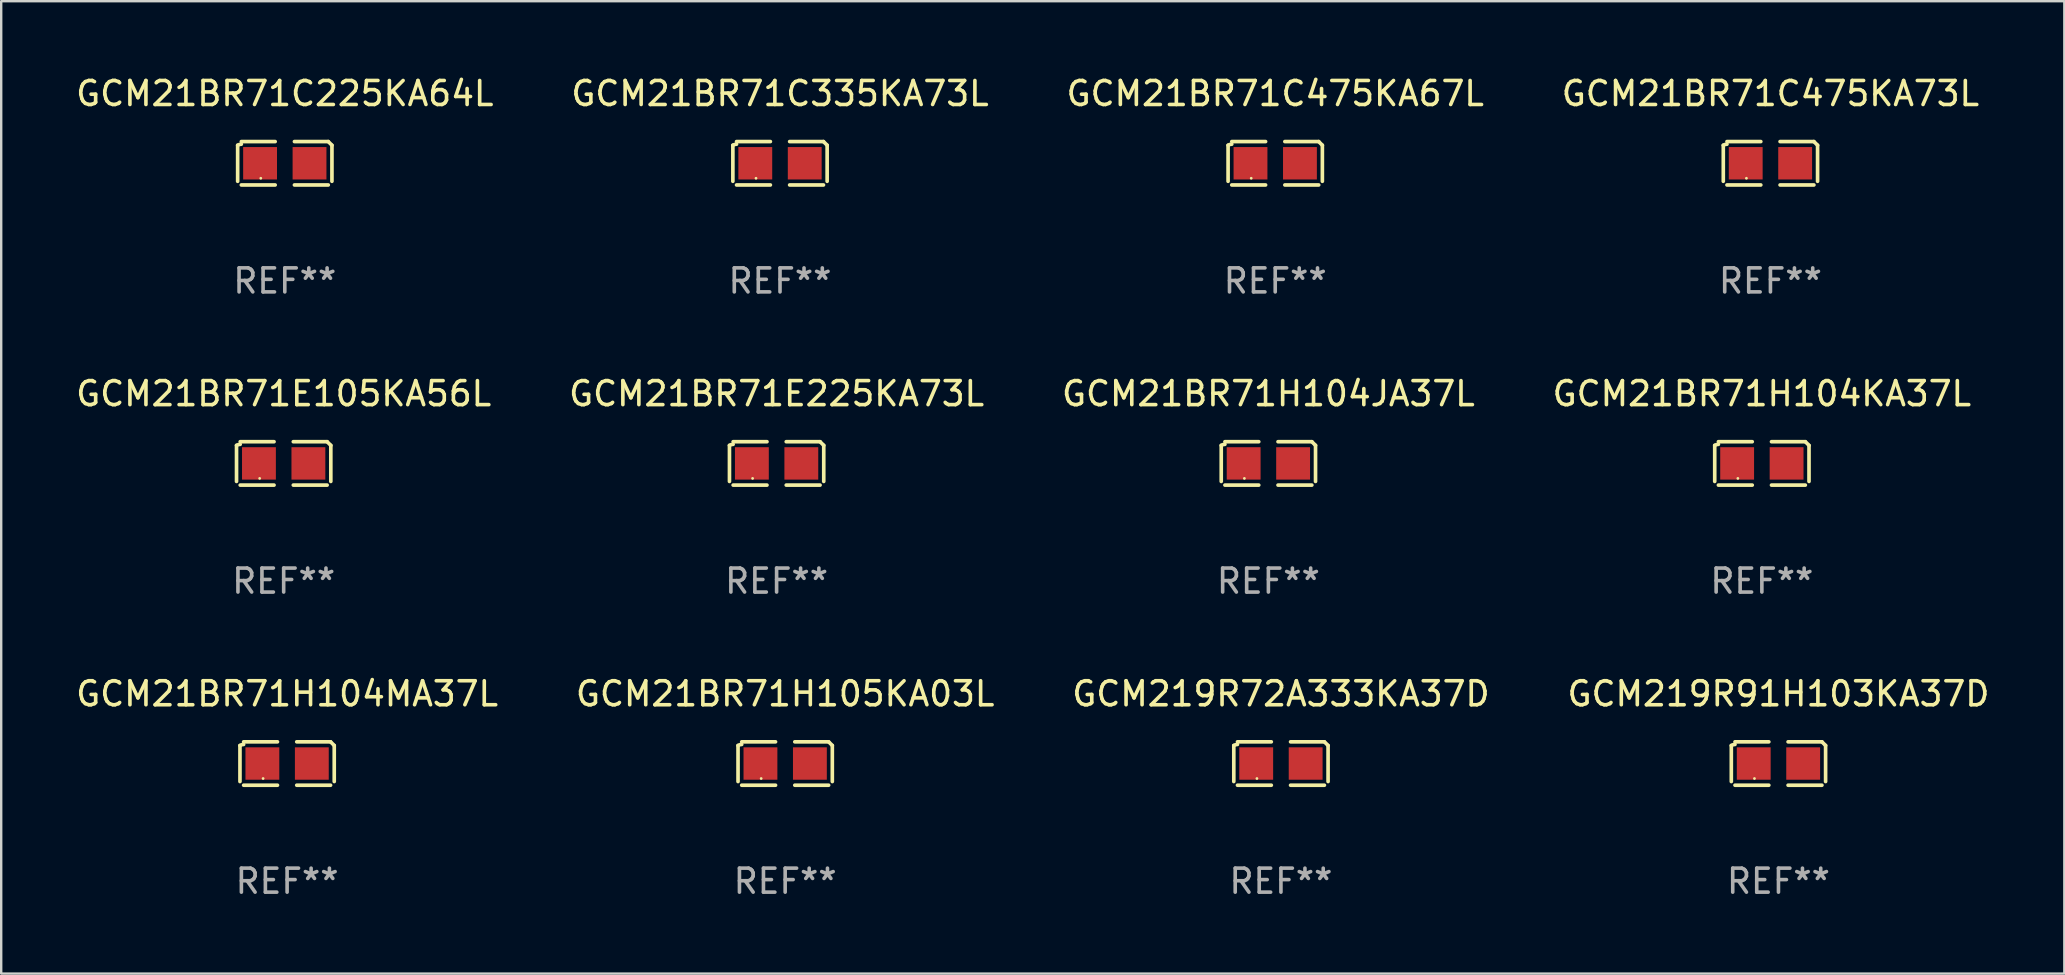
<source format=kicad_pcb>
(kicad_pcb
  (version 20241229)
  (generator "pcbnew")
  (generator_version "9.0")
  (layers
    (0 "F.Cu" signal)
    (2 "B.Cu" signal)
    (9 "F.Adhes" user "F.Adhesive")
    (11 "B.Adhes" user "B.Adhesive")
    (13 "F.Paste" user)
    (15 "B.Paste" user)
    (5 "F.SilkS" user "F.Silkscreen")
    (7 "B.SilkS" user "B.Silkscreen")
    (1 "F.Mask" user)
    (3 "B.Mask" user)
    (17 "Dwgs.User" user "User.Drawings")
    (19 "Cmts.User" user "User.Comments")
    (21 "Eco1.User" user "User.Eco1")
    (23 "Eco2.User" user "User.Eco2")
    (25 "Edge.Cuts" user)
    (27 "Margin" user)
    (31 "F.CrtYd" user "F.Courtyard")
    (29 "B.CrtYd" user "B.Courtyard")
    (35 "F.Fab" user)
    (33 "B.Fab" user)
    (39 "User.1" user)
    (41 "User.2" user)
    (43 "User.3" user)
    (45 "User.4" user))
  (footprint "GCM21BR71E105KA56L"
    (layer "F.Cu")
    (at 8.768 16.256)
    (property "Reference" "GCM21BR71E105KA56L" (at 0 -2.904 0) (layer "F.SilkS") (effects (font (size 1 1) (thickness 0.15))))
    (attr through_hole)
    (fp_line (start -1.964 0.751) (end -1.964 -0.751) (stroke (width 0.152) (type solid)) (layer "F.SilkS"))
    (fp_line (start -1.811 -0.904) (end -0.401 -0.904) (stroke (width 0.152) (type solid)) (layer "F.SilkS"))
    (fp_line (start -0.401 0.904) (end -1.811 0.904) (stroke (width 0.152) (type solid)) (layer "F.SilkS"))
    (fp_line (start 0.401 0.904) (end 1.811 0.904) (stroke (width 0.152) (type solid)) (layer "F.SilkS"))
    (fp_line (start 1.811 -0.904) (end 0.401 -0.904) (stroke (width 0.152) (type solid)) (layer "F.SilkS"))
    (fp_line (start 1.964 0.751) (end 1.964 -0.751) (stroke (width 0.152) (type solid)) (layer "F.SilkS"))
    (fp_arc (start -1.963602 -0.751207) (mid -1.890354 -0.783131) (end -1.811201 -0.794044) (stroke (width 0.1524) (type solid)) (layer "F.SilkS"))
    (fp_arc (start 1.811202 -0.903607) (mid 1.887413 -0.827418) (end 1.963602 -0.751207) (stroke (width 0.1524) (type solid)) (layer "F.SilkS"))
    (fp_circle (center -1 0.625) (end -0.97 0.625) (stroke (width 0.06) (type solid)) (fill no) (layer "F.SilkS"))
    (fp_text user "REF**" (at 0 4.904 0) (layer "F.Fab") (effects (font (size 1 1) (thickness 0.15))))
    (pad "1" smd rect (at -1.03 0) (size 1.41 1.35) (layers "F.Cu" "F.Mask" "F.Paste"))
    (pad "2" smd rect (at 1.03 0) (size 1.41 1.35) (layers "F.Cu" "F.Mask" "F.Paste")))
  (footprint "GCM219R91H103KA37D"
    (layer "F.Cu")
    (at 71.042 28.759)
    (property "Reference" "GCM219R91H103KA37D" (at 0 -2.904 0) (layer "F.SilkS") (effects (font (size 1 1) (thickness 0.15))))
    (attr through_hole)
    (fp_line (start -1.964 0.751) (end -1.964 -0.751) (stroke (width 0.152) (type solid)) (layer "F.SilkS"))
    (fp_line (start -1.811 -0.904) (end -0.401 -0.904) (stroke (width 0.152) (type solid)) (layer "F.SilkS"))
    (fp_line (start -0.401 0.904) (end -1.811 0.904) (stroke (width 0.152) (type solid)) (layer "F.SilkS"))
    (fp_line (start 0.401 0.904) (end 1.811 0.904) (stroke (width 0.152) (type solid)) (layer "F.SilkS"))
    (fp_line (start 1.811 -0.904) (end 0.401 -0.904) (stroke (width 0.152) (type solid)) (layer "F.SilkS"))
    (fp_line (start 1.964 0.751) (end 1.964 -0.751) (stroke (width 0.152) (type solid)) (layer "F.SilkS"))
    (fp_arc (start -1.963602 -0.751207) (mid -1.890354 -0.783131) (end -1.811201 -0.794044) (stroke (width 0.1524) (type solid)) (layer "F.SilkS"))
    (fp_arc (start 1.811202 -0.903607) (mid 1.887413 -0.827418) (end 1.963602 -0.751207) (stroke (width 0.1524) (type solid)) (layer "F.SilkS"))
    (fp_circle (center -1 0.625) (end -0.97 0.625) (stroke (width 0.06) (type solid)) (fill no) (layer "F.SilkS"))
    (fp_text user "REF**" (at 0 4.904 0) (layer "F.Fab") (effects (font (size 1 1) (thickness 0.15))))
    (pad "1" smd rect (at -1.03 0) (size 1.41 1.35) (layers "F.Cu" "F.Mask" "F.Paste"))
    (pad "2" smd rect (at 1.03 0) (size 1.41 1.35) (layers "F.Cu" "F.Mask" "F.Paste")))
  (footprint "GCM21BR71C225KA64L"
    (layer "F.Cu")
    (at 8.815 3.752)
    (property "Reference" "GCM21BR71C225KA64L" (at 0 -2.904 0) (layer "F.SilkS") (effects (font (size 1 1) (thickness 0.15))))
    (attr through_hole)
    (fp_line (start -1.964 0.751) (end -1.964 -0.751) (stroke (width 0.152) (type solid)) (layer "F.SilkS"))
    (fp_line (start -1.811 -0.904) (end -0.401 -0.904) (stroke (width 0.152) (type solid)) (layer "F.SilkS"))
    (fp_line (start -0.401 0.904) (end -1.811 0.904) (stroke (width 0.152) (type solid)) (layer "F.SilkS"))
    (fp_line (start 0.401 0.904) (end 1.811 0.904) (stroke (width 0.152) (type solid)) (layer "F.SilkS"))
    (fp_line (start 1.811 -0.904) (end 0.401 -0.904) (stroke (width 0.152) (type solid)) (layer "F.SilkS"))
    (fp_line (start 1.964 0.751) (end 1.964 -0.751) (stroke (width 0.152) (type solid)) (layer "F.SilkS"))
    (fp_arc (start -1.963602 -0.751207) (mid -1.890354 -0.783131) (end -1.811201 -0.794044) (stroke (width 0.1524) (type solid)) (layer "F.SilkS"))
    (fp_arc (start 1.811202 -0.903607) (mid 1.887413 -0.827418) (end 1.963602 -0.751207) (stroke (width 0.1524) (type solid)) (layer "F.SilkS"))
    (fp_circle (center -1 0.625) (end -0.97 0.625) (stroke (width 0.06) (type solid)) (fill no) (layer "F.SilkS"))
    (fp_text user "REF**" (at 0 4.904 0) (layer "F.Fab") (effects (font (size 1 1) (thickness 0.15))))
    (pad "1" smd rect (at -1.03 0) (size 1.41 1.35) (layers "F.Cu" "F.Mask" "F.Paste"))
    (pad "2" smd rect (at 1.03 0) (size 1.41 1.35) (layers "F.Cu" "F.Mask" "F.Paste")))
  (footprint "GCM21BR71H104KA37L"
    (layer "F.Cu")
    (at 70.351 16.256)
    (property "Reference" "GCM21BR71H104KA37L" (at 0 -2.904 0) (layer "F.SilkS") (effects (font (size 1 1) (thickness 0.15))))
    (attr through_hole)
    (fp_line (start -1.964 0.751) (end -1.964 -0.751) (stroke (width 0.152) (type solid)) (layer "F.SilkS"))
    (fp_line (start -1.811 -0.904) (end -0.401 -0.904) (stroke (width 0.152) (type solid)) (layer "F.SilkS"))
    (fp_line (start -0.401 0.904) (end -1.811 0.904) (stroke (width 0.152) (type solid)) (layer "F.SilkS"))
    (fp_line (start 0.401 0.904) (end 1.811 0.904) (stroke (width 0.152) (type solid)) (layer "F.SilkS"))
    (fp_line (start 1.811 -0.904) (end 0.401 -0.904) (stroke (width 0.152) (type solid)) (layer "F.SilkS"))
    (fp_line (start 1.964 0.751) (end 1.964 -0.751) (stroke (width 0.152) (type solid)) (layer "F.SilkS"))
    (fp_arc (start -1.963602 -0.751207) (mid -1.890354 -0.783131) (end -1.811201 -0.794044) (stroke (width 0.1524) (type solid)) (layer "F.SilkS"))
    (fp_arc (start 1.811202 -0.903607) (mid 1.887413 -0.827418) (end 1.963602 -0.751207) (stroke (width 0.1524) (type solid)) (layer "F.SilkS"))
    (fp_circle (center -1 0.625) (end -0.97 0.625) (stroke (width 0.06) (type solid)) (fill no) (layer "F.SilkS"))
    (fp_text user "REF**" (at 0 4.904 0) (layer "F.Fab") (effects (font (size 1 1) (thickness 0.15))))
    (pad "1" smd rect (at -1.03 0) (size 1.41 1.35) (layers "F.Cu" "F.Mask" "F.Paste"))
    (pad "2" smd rect (at 1.03 0) (size 1.41 1.35) (layers "F.Cu" "F.Mask" "F.Paste")))
  (footprint "GCM21BR71C335KA73L"
    (layer "F.Cu")
    (at 29.446 3.752)
    (property "Reference" "GCM21BR71C335KA73L" (at 0 -2.904 0) (layer "F.SilkS") (effects (font (size 1 1) (thickness 0.15))))
    (attr through_hole)
    (fp_line (start -1.964 0.751) (end -1.964 -0.751) (stroke (width 0.152) (type solid)) (layer "F.SilkS"))
    (fp_line (start -1.811 -0.904) (end -0.401 -0.904) (stroke (width 0.152) (type solid)) (layer "F.SilkS"))
    (fp_line (start -0.401 0.904) (end -1.811 0.904) (stroke (width 0.152) (type solid)) (layer "F.SilkS"))
    (fp_line (start 0.401 0.904) (end 1.811 0.904) (stroke (width 0.152) (type solid)) (layer "F.SilkS"))
    (fp_line (start 1.811 -0.904) (end 0.401 -0.904) (stroke (width 0.152) (type solid)) (layer "F.SilkS"))
    (fp_line (start 1.964 0.751) (end 1.964 -0.751) (stroke (width 0.152) (type solid)) (layer "F.SilkS"))
    (fp_arc (start -1.963602 -0.751207) (mid -1.890354 -0.783131) (end -1.811201 -0.794044) (stroke (width 0.1524) (type solid)) (layer "F.SilkS"))
    (fp_arc (start 1.811202 -0.903607) (mid 1.887413 -0.827418) (end 1.963602 -0.751207) (stroke (width 0.1524) (type solid)) (layer "F.SilkS"))
    (fp_circle (center -1 0.625) (end -0.97 0.625) (stroke (width 0.06) (type solid)) (fill no) (layer "F.SilkS"))
    (fp_text user "REF**" (at 0 4.904 0) (layer "F.Fab") (effects (font (size 1 1) (thickness 0.15))))
    (pad "1" smd rect (at -1.03 0) (size 1.41 1.35) (layers "F.Cu" "F.Mask" "F.Paste"))
    (pad "2" smd rect (at 1.03 0) (size 1.41 1.35) (layers "F.Cu" "F.Mask" "F.Paste")))
  (footprint "GCM219R72A333KA37D"
    (layer "F.Cu")
    (at 50.315 28.759)
    (property "Reference" "GCM219R72A333KA37D" (at 0 -2.904 0) (layer "F.SilkS") (effects (font (size 1 1) (thickness 0.15))))
    (attr through_hole)
    (fp_line (start -1.964 0.751) (end -1.964 -0.751) (stroke (width 0.152) (type solid)) (layer "F.SilkS"))
    (fp_line (start -1.811 -0.904) (end -0.401 -0.904) (stroke (width 0.152) (type solid)) (layer "F.SilkS"))
    (fp_line (start -0.401 0.904) (end -1.811 0.904) (stroke (width 0.152) (type solid)) (layer "F.SilkS"))
    (fp_line (start 0.401 0.904) (end 1.811 0.904) (stroke (width 0.152) (type solid)) (layer "F.SilkS"))
    (fp_line (start 1.811 -0.904) (end 0.401 -0.904) (stroke (width 0.152) (type solid)) (layer "F.SilkS"))
    (fp_line (start 1.964 0.751) (end 1.964 -0.751) (stroke (width 0.152) (type solid)) (layer "F.SilkS"))
    (fp_arc (start -1.963602 -0.751207) (mid -1.890354 -0.783131) (end -1.811201 -0.794044) (stroke (width 0.1524) (type solid)) (layer "F.SilkS"))
    (fp_arc (start 1.811202 -0.903607) (mid 1.887413 -0.827418) (end 1.963602 -0.751207) (stroke (width 0.1524) (type solid)) (layer "F.SilkS"))
    (fp_circle (center -1 0.625) (end -0.97 0.625) (stroke (width 0.06) (type solid)) (fill no) (layer "F.SilkS"))
    (fp_text user "REF**" (at 0 4.904 0) (layer "F.Fab") (effects (font (size 1 1) (thickness 0.15))))
    (pad "1" smd rect (at -1.03 0) (size 1.41 1.35) (layers "F.Cu" "F.Mask" "F.Paste"))
    (pad "2" smd rect (at 1.03 0) (size 1.41 1.35) (layers "F.Cu" "F.Mask" "F.Paste")))
  (footprint "GCM21BR71H104MA37L"
    (layer "F.Cu")
    (at 8.911 28.759)
    (property "Reference" "GCM21BR71H104MA37L" (at 0 -2.904 0) (layer "F.SilkS") (effects (font (size 1 1) (thickness 0.15))))
    (attr through_hole)
    (fp_line (start -1.964 0.751) (end -1.964 -0.751) (stroke (width 0.152) (type solid)) (layer "F.SilkS"))
    (fp_line (start -1.811 -0.904) (end -0.401 -0.904) (stroke (width 0.152) (type solid)) (layer "F.SilkS"))
    (fp_line (start -0.401 0.904) (end -1.811 0.904) (stroke (width 0.152) (type solid)) (layer "F.SilkS"))
    (fp_line (start 0.401 0.904) (end 1.811 0.904) (stroke (width 0.152) (type solid)) (layer "F.SilkS"))
    (fp_line (start 1.811 -0.904) (end 0.401 -0.904) (stroke (width 0.152) (type solid)) (layer "F.SilkS"))
    (fp_line (start 1.964 0.751) (end 1.964 -0.751) (stroke (width 0.152) (type solid)) (layer "F.SilkS"))
    (fp_arc (start -1.963602 -0.751207) (mid -1.890354 -0.783131) (end -1.811201 -0.794044) (stroke (width 0.1524) (type solid)) (layer "F.SilkS"))
    (fp_arc (start 1.811202 -0.903607) (mid 1.887413 -0.827418) (end 1.963602 -0.751207) (stroke (width 0.1524) (type solid)) (layer "F.SilkS"))
    (fp_circle (center -1 0.625) (end -0.97 0.625) (stroke (width 0.06) (type solid)) (fill no) (layer "F.SilkS"))
    (fp_text user "REF**" (at 0 4.904 0) (layer "F.Fab") (effects (font (size 1 1) (thickness 0.15))))
    (pad "1" smd rect (at -1.03 0) (size 1.41 1.35) (layers "F.Cu" "F.Mask" "F.Paste"))
    (pad "2" smd rect (at 1.03 0) (size 1.41 1.35) (layers "F.Cu" "F.Mask" "F.Paste")))
  (footprint "GCM21BR71E225KA73L"
    (layer "F.Cu")
    (at 29.304 16.256)
    (property "Reference" "GCM21BR71E225KA73L" (at 0 -2.904 0) (layer "F.SilkS") (effects (font (size 1 1) (thickness 0.15))))
    (attr through_hole)
    (fp_line (start -1.964 0.751) (end -1.964 -0.751) (stroke (width 0.152) (type solid)) (layer "F.SilkS"))
    (fp_line (start -1.811 -0.904) (end -0.401 -0.904) (stroke (width 0.152) (type solid)) (layer "F.SilkS"))
    (fp_line (start -0.401 0.904) (end -1.811 0.904) (stroke (width 0.152) (type solid)) (layer "F.SilkS"))
    (fp_line (start 0.401 0.904) (end 1.811 0.904) (stroke (width 0.152) (type solid)) (layer "F.SilkS"))
    (fp_line (start 1.811 -0.904) (end 0.401 -0.904) (stroke (width 0.152) (type solid)) (layer "F.SilkS"))
    (fp_line (start 1.964 0.751) (end 1.964 -0.751) (stroke (width 0.152) (type solid)) (layer "F.SilkS"))
    (fp_arc (start -1.963602 -0.751207) (mid -1.890354 -0.783131) (end -1.811201 -0.794044) (stroke (width 0.1524) (type solid)) (layer "F.SilkS"))
    (fp_arc (start 1.811202 -0.903607) (mid 1.887413 -0.827418) (end 1.963602 -0.751207) (stroke (width 0.1524) (type solid)) (layer "F.SilkS"))
    (fp_circle (center -1 0.625) (end -0.97 0.625) (stroke (width 0.06) (type solid)) (fill no) (layer "F.SilkS"))
    (fp_text user "REF**" (at 0 4.904 0) (layer "F.Fab") (effects (font (size 1 1) (thickness 0.15))))
    (pad "1" smd rect (at -1.03 0) (size 1.41 1.35) (layers "F.Cu" "F.Mask" "F.Paste"))
    (pad "2" smd rect (at 1.03 0) (size 1.41 1.35) (layers "F.Cu" "F.Mask" "F.Paste")))
  (footprint "GCM21BR71H104JA37L"
    (layer "F.Cu")
    (at 49.792 16.256)
    (property "Reference" "GCM21BR71H104JA37L" (at 0 -2.904 0) (layer "F.SilkS") (effects (font (size 1 1) (thickness 0.15))))
    (attr through_hole)
    (fp_line (start -1.964 0.751) (end -1.964 -0.751) (stroke (width 0.152) (type solid)) (layer "F.SilkS"))
    (fp_line (start -1.811 -0.904) (end -0.401 -0.904) (stroke (width 0.152) (type solid)) (layer "F.SilkS"))
    (fp_line (start -0.401 0.904) (end -1.811 0.904) (stroke (width 0.152) (type solid)) (layer "F.SilkS"))
    (fp_line (start 0.401 0.904) (end 1.811 0.904) (stroke (width 0.152) (type solid)) (layer "F.SilkS"))
    (fp_line (start 1.811 -0.904) (end 0.401 -0.904) (stroke (width 0.152) (type solid)) (layer "F.SilkS"))
    (fp_line (start 1.964 0.751) (end 1.964 -0.751) (stroke (width 0.152) (type solid)) (layer "F.SilkS"))
    (fp_arc (start -1.963602 -0.751207) (mid -1.890354 -0.783131) (end -1.811201 -0.794044) (stroke (width 0.1524) (type solid)) (layer "F.SilkS"))
    (fp_arc (start 1.811202 -0.903607) (mid 1.887413 -0.827418) (end 1.963602 -0.751207) (stroke (width 0.1524) (type solid)) (layer "F.SilkS"))
    (fp_circle (center -1 0.625) (end -0.97 0.625) (stroke (width 0.06) (type solid)) (fill no) (layer "F.SilkS"))
    (fp_text user "REF**" (at 0 4.904 0) (layer "F.Fab") (effects (font (size 1 1) (thickness 0.15))))
    (pad "1" smd rect (at -1.03 0) (size 1.41 1.35) (layers "F.Cu" "F.Mask" "F.Paste"))
    (pad "2" smd rect (at 1.03 0) (size 1.41 1.35) (layers "F.Cu" "F.Mask" "F.Paste")))
  (footprint "GCM21BR71H105KA03L"
    (layer "F.Cu")
    (at 29.661 28.759)
    (property "Reference" "GCM21BR71H105KA03L" (at 0 -2.904 0) (layer "F.SilkS") (effects (font (size 1 1) (thickness 0.15))))
    (attr through_hole)
    (fp_line (start -1.964 0.751) (end -1.964 -0.751) (stroke (width 0.152) (type solid)) (layer "F.SilkS"))
    (fp_line (start -1.811 -0.904) (end -0.401 -0.904) (stroke (width 0.152) (type solid)) (layer "F.SilkS"))
    (fp_line (start -0.401 0.904) (end -1.811 0.904) (stroke (width 0.152) (type solid)) (layer "F.SilkS"))
    (fp_line (start 0.401 0.904) (end 1.811 0.904) (stroke (width 0.152) (type solid)) (layer "F.SilkS"))
    (fp_line (start 1.811 -0.904) (end 0.401 -0.904) (stroke (width 0.152) (type solid)) (layer "F.SilkS"))
    (fp_line (start 1.964 0.751) (end 1.964 -0.751) (stroke (width 0.152) (type solid)) (layer "F.SilkS"))
    (fp_arc (start -1.963602 -0.751207) (mid -1.890354 -0.783131) (end -1.811201 -0.794044) (stroke (width 0.1524) (type solid)) (layer "F.SilkS"))
    (fp_arc (start 1.811202 -0.903607) (mid 1.887413 -0.827418) (end 1.963602 -0.751207) (stroke (width 0.1524) (type solid)) (layer "F.SilkS"))
    (fp_circle (center -1 0.625) (end -0.97 0.625) (stroke (width 0.06) (type solid)) (fill no) (layer "F.SilkS"))
    (fp_text user "REF**" (at 0 4.904 0) (layer "F.Fab") (effects (font (size 1 1) (thickness 0.15))))
    (pad "1" smd rect (at -1.03 0) (size 1.41 1.35) (layers "F.Cu" "F.Mask" "F.Paste"))
    (pad "2" smd rect (at 1.03 0) (size 1.41 1.35) (layers "F.Cu" "F.Mask" "F.Paste")))
  (footprint "GCM21BR71C475KA67L"
    (layer "F.Cu")
    (at 50.077 3.752)
    (property "Reference" "GCM21BR71C475KA67L" (at 0 -2.904 0) (layer "F.SilkS") (effects (font (size 1 1) (thickness 0.15))))
    (attr through_hole)
    (fp_line (start -1.964 0.751) (end -1.964 -0.751) (stroke (width 0.152) (type solid)) (layer "F.SilkS"))
    (fp_line (start -1.811 -0.904) (end -0.401 -0.904) (stroke (width 0.152) (type solid)) (layer "F.SilkS"))
    (fp_line (start -0.401 0.904) (end -1.811 0.904) (stroke (width 0.152) (type solid)) (layer "F.SilkS"))
    (fp_line (start 0.401 0.904) (end 1.811 0.904) (stroke (width 0.152) (type solid)) (layer "F.SilkS"))
    (fp_line (start 1.811 -0.904) (end 0.401 -0.904) (stroke (width 0.152) (type solid)) (layer "F.SilkS"))
    (fp_line (start 1.964 0.751) (end 1.964 -0.751) (stroke (width 0.152) (type solid)) (layer "F.SilkS"))
    (fp_arc (start -1.963602 -0.751207) (mid -1.890354 -0.783131) (end -1.811201 -0.794044) (stroke (width 0.1524) (type solid)) (layer "F.SilkS"))
    (fp_arc (start 1.811202 -0.903607) (mid 1.887413 -0.827418) (end 1.963602 -0.751207) (stroke (width 0.1524) (type solid)) (layer "F.SilkS"))
    (fp_circle (center -1 0.625) (end -0.97 0.625) (stroke (width 0.06) (type solid)) (fill no) (layer "F.SilkS"))
    (fp_text user "REF**" (at 0 4.904 0) (layer "F.Fab") (effects (font (size 1 1) (thickness 0.15))))
    (pad "1" smd rect (at -1.03 0) (size 1.41 1.35) (layers "F.Cu" "F.Mask" "F.Paste"))
    (pad "2" smd rect (at 1.03 0) (size 1.41 1.35) (layers "F.Cu" "F.Mask" "F.Paste")))
  (footprint "GCM21BR71C475KA73L"
    (layer "F.Cu")
    (at 70.708 3.752)
    (property "Reference" "GCM21BR71C475KA73L" (at 0 -2.904 0) (layer "F.SilkS") (effects (font (size 1 1) (thickness 0.15))))
    (attr through_hole)
    (fp_line (start -1.964 0.751) (end -1.964 -0.751) (stroke (width 0.152) (type solid)) (layer "F.SilkS"))
    (fp_line (start -1.811 -0.904) (end -0.401 -0.904) (stroke (width 0.152) (type solid)) (layer "F.SilkS"))
    (fp_line (start -0.401 0.904) (end -1.811 0.904) (stroke (width 0.152) (type solid)) (layer "F.SilkS"))
    (fp_line (start 0.401 0.904) (end 1.811 0.904) (stroke (width 0.152) (type solid)) (layer "F.SilkS"))
    (fp_line (start 1.811 -0.904) (end 0.401 -0.904) (stroke (width 0.152) (type solid)) (layer "F.SilkS"))
    (fp_line (start 1.964 0.751) (end 1.964 -0.751) (stroke (width 0.152) (type solid)) (layer "F.SilkS"))
    (fp_arc (start -1.963602 -0.751207) (mid -1.890354 -0.783131) (end -1.811201 -0.794044) (stroke (width 0.1524) (type solid)) (layer "F.SilkS"))
    (fp_arc (start 1.811202 -0.903607) (mid 1.887413 -0.827418) (end 1.963602 -0.751207) (stroke (width 0.1524) (type solid)) (layer "F.SilkS"))
    (fp_circle (center -1 0.625) (end -0.97 0.625) (stroke (width 0.06) (type solid)) (fill no) (layer "F.SilkS"))
    (fp_text user "REF**" (at 0 4.904 0) (layer "F.Fab") (effects (font (size 1 1) (thickness 0.15))))
    (pad "1" smd rect (at -1.03 0) (size 1.41 1.35) (layers "F.Cu" "F.Mask" "F.Paste"))
    (pad "2" smd rect (at 1.03 0) (size 1.41 1.35) (layers "F.Cu" "F.Mask" "F.Paste")))
  (gr_rect
    (start -3 -3)
    (end 82.952 37.511)
    (stroke (width 0.1) (type default))
    (fill no)
    (layer "Edge.Cuts")))
</source>
